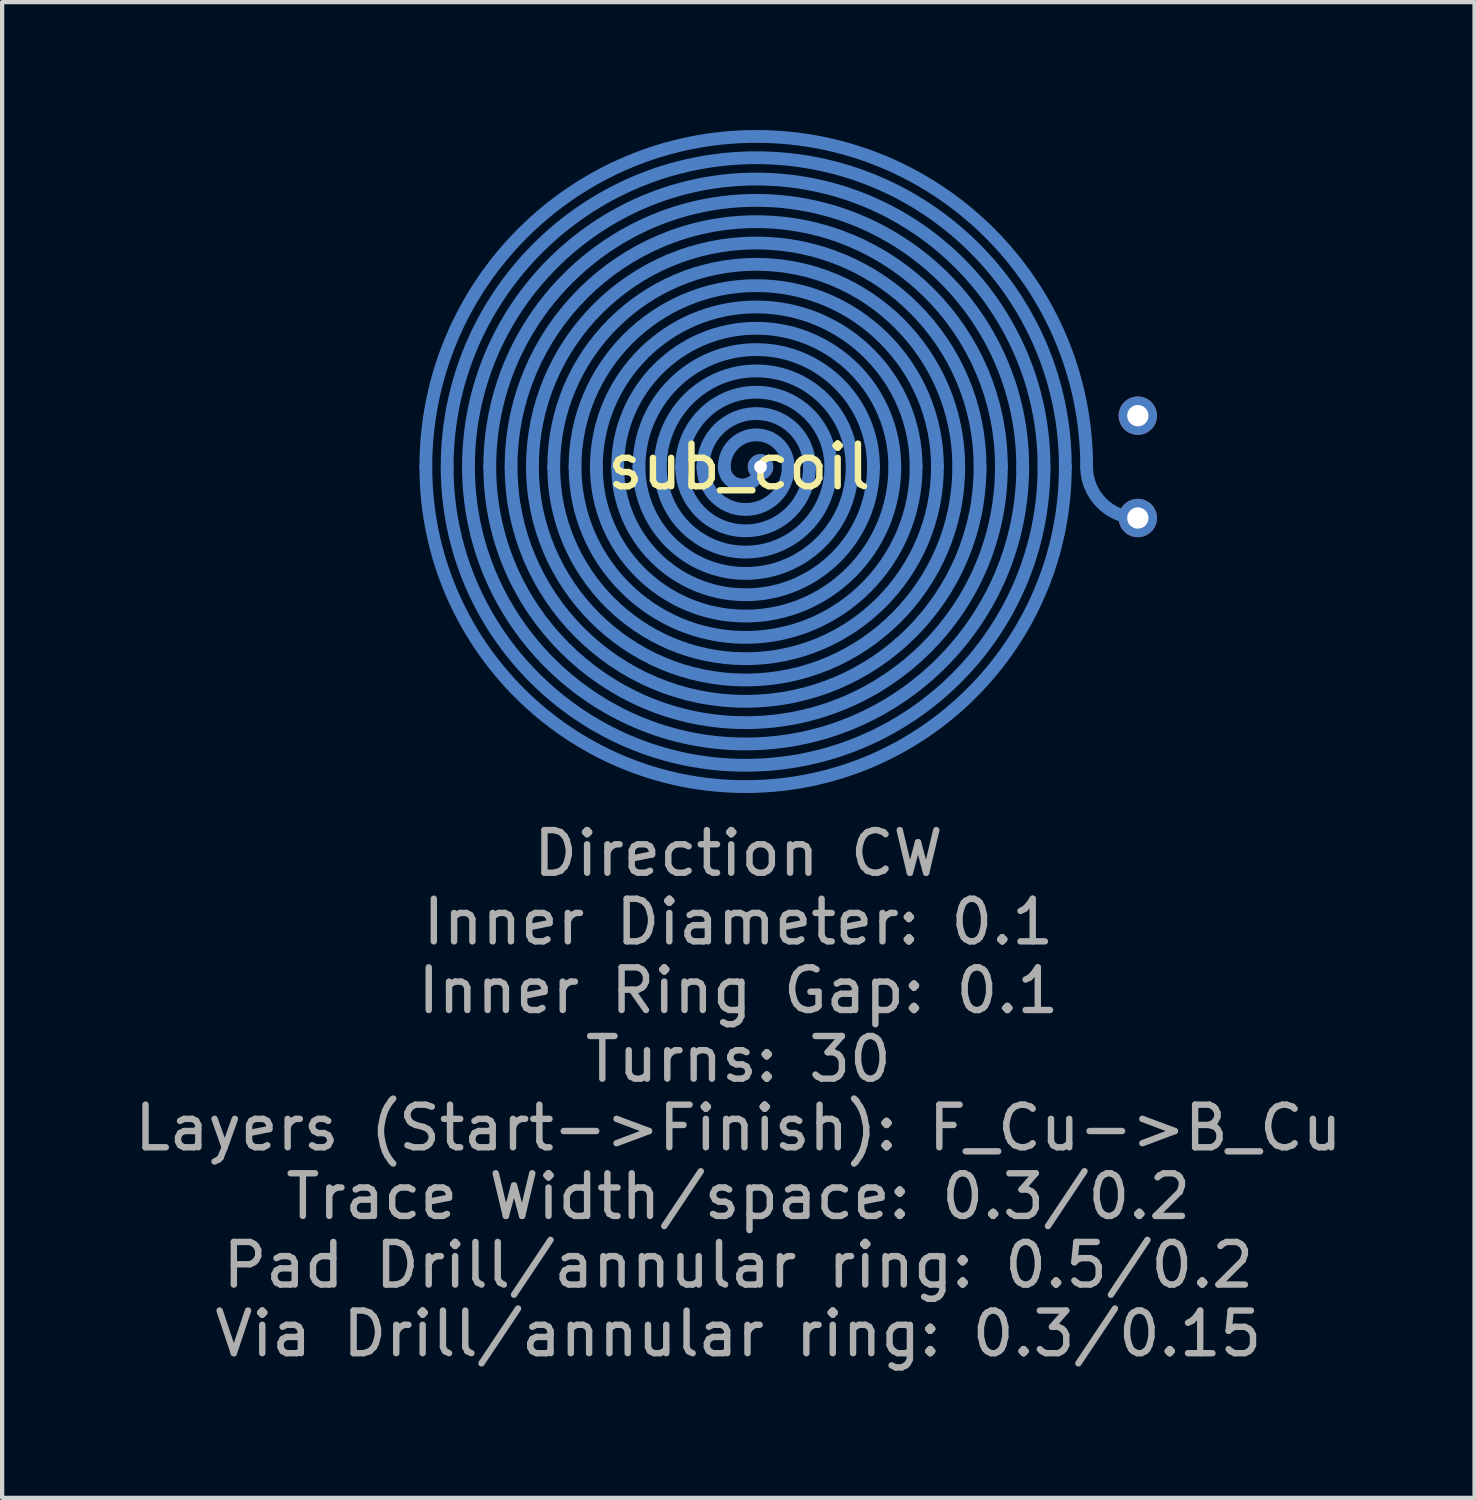
<source format=kicad_pcb>
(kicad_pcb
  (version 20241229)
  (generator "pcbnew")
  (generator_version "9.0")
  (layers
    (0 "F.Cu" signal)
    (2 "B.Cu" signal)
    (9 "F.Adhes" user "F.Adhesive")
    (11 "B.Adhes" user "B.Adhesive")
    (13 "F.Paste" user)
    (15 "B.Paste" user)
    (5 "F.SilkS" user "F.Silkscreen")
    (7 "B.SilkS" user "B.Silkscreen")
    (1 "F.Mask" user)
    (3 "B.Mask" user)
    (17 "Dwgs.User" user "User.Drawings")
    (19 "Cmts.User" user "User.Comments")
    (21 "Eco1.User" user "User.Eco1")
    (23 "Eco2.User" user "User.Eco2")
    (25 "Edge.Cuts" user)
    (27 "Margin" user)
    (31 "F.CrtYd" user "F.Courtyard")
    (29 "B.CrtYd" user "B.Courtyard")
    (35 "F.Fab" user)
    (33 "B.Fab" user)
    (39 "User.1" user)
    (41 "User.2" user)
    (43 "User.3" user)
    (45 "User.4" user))
  (footprint "sub_coil"
    (layer "F.Cu")
    (at 14.288 7.9)
    (property "Reference" "sub_coil" (at 0 0 0) (layer "F.SilkS") (effects (font (size 1 1) (thickness 0.15))))
    (fp_arc (start -7.35 0) (mid 0.4 -7.75) (end 8.15 0) (stroke (width 0.3) (type default)) (layer "B.Cu"))
    (fp_arc (start -6.85 0) (mid 0.4 -7.25) (end 7.65 0) (stroke (width 0.3) (type default)) (layer "B.Cu"))
    (fp_arc (start -6.35 0) (mid 0.4 -6.75) (end 7.15 0) (stroke (width 0.3) (type default)) (layer "B.Cu"))
    (fp_arc (start -5.85 0) (mid 0.4 -6.25) (end 6.65 0) (stroke (width 0.3) (type default)) (layer "B.Cu"))
    (fp_arc (start -5.35 0) (mid 0.4 -5.75) (end 6.15 0) (stroke (width 0.3) (type default)) (layer "B.Cu"))
    (fp_arc (start -4.85 0) (mid 0.4 -5.25) (end 5.65 0) (stroke (width 0.3) (type default)) (layer "B.Cu"))
    (fp_arc (start -4.35 0) (mid 0.4 -4.75) (end 5.15 0) (stroke (width 0.3) (type default)) (layer "B.Cu"))
    (fp_arc (start -3.85 0) (mid 0.4 -4.25) (end 4.65 0) (stroke (width 0.3) (type default)) (layer "B.Cu"))
    (fp_arc (start -3.35 0) (mid 0.4 -3.75) (end 4.15 0) (stroke (width 0.3) (type default)) (layer "B.Cu"))
    (fp_arc (start -2.85 0) (mid 0.4 -3.25) (end 3.65 0) (stroke (width 0.3) (type default)) (layer "B.Cu"))
    (fp_arc (start -2.35 0) (mid 0.4 -2.75) (end 3.15 0) (stroke (width 0.3) (type default)) (layer "B.Cu"))
    (fp_arc (start -1.85 0) (mid 0.4 -2.25) (end 2.65 0) (stroke (width 0.3) (type default)) (layer "B.Cu"))
    (fp_arc (start -1.35 0) (mid 0.4 -1.75) (end 2.15 0) (stroke (width 0.3) (type default)) (layer "B.Cu"))
    (fp_arc (start -0.85 0) (mid 0.4 -1.25) (end 1.65 0) (stroke (width 0.3) (type default)) (layer "B.Cu"))
    (fp_arc (start -0.35 0) (mid 0.4 -0.75) (end 1.15 0) (stroke (width 0.3) (type default)) (layer "B.Cu"))
    (fp_arc (start 0.5 0) (mid 0.075 0.425) (end -0.35 0) (stroke (width 0.3) (type default)) (layer "B.Cu"))
    (fp_arc (start 1.15 0) (mid 0.15 1) (end -0.85 0) (stroke (width 0.3) (type default)) (layer "B.Cu"))
    (fp_arc (start 1.65 0) (mid 0.15 1.5) (end -1.35 0) (stroke (width 0.3) (type default)) (layer "B.Cu"))
    (fp_arc (start 2.15 0) (mid 0.15 2) (end -1.85 0) (stroke (width 0.3) (type default)) (layer "B.Cu"))
    (fp_arc (start 2.65 0) (mid 0.15 2.5) (end -2.35 0) (stroke (width 0.3) (type default)) (layer "B.Cu"))
    (fp_arc (start 3.15 0) (mid 0.15 3) (end -2.85 0) (stroke (width 0.3) (type default)) (layer "B.Cu"))
    (fp_arc (start 3.65 0) (mid 0.15 3.5) (end -3.35 0) (stroke (width 0.3) (type default)) (layer "B.Cu"))
    (fp_arc (start 4.15 0) (mid 0.15 4) (end -3.85 0) (stroke (width 0.3) (type default)) (layer "B.Cu"))
    (fp_arc (start 4.65 0) (mid 0.15 4.5) (end -4.35 0) (stroke (width 0.3) (type default)) (layer "B.Cu"))
    (fp_arc (start 5.15 0) (mid 0.15 5) (end -4.85 0) (stroke (width 0.3) (type default)) (layer "B.Cu"))
    (fp_arc (start 5.65 0) (mid 0.15 5.5) (end -5.35 0) (stroke (width 0.3) (type default)) (layer "B.Cu"))
    (fp_arc (start 6.15 0) (mid 0.15 6) (end -5.85 0) (stroke (width 0.3) (type default)) (layer "B.Cu"))
    (fp_arc (start 6.65 0) (mid 0.15 6.5) (end -6.35 0) (stroke (width 0.3) (type default)) (layer "B.Cu"))
    (fp_arc (start 7.15 0) (mid 0.15 7) (end -6.85 0) (stroke (width 0.3) (type default)) (layer "B.Cu"))
    (fp_arc (start 7.65 0) (mid 0.15 7.5) (end -7.35 0) (stroke (width 0.3) (type default)) (layer "B.Cu"))
    (fp_arc (start 9.35 1.2) (mid 8.501472 0.848528) (end 8.15 0) (stroke (width 0.3) (type default)) (layer "B.Cu"))
    (fp_arc (start -7.35 0) (mid 0.15 -7.5) (end 7.65 0) (stroke (width 0.3) (type default)) (layer "In1.Cu"))
    (fp_arc (start -6.85 0) (mid 0.15 -7) (end 7.15 0) (stroke (width 0.3) (type default)) (layer "In1.Cu"))
    (fp_arc (start -6.35 0) (mid 0.15 -6.5) (end 6.65 0) (stroke (width 0.3) (type default)) (layer "In1.Cu"))
    (fp_arc (start -5.85 0) (mid 0.15 -6) (end 6.15 0) (stroke (width 0.3) (type default)) (layer "In1.Cu"))
    (fp_arc (start -5.35 0) (mid 0.15 -5.5) (end 5.65 0) (stroke (width 0.3) (type default)) (layer "In1.Cu"))
    (fp_arc (start -4.85 0) (mid 0.15 -5) (end 5.15 0) (stroke (width 0.3) (type default)) (layer "In1.Cu"))
    (fp_arc (start -4.35 0) (mid 0.15 -4.5) (end 4.65 0) (stroke (width 0.3) (type default)) (layer "In1.Cu"))
    (fp_arc (start -3.85 0) (mid 0.15 -4) (end 4.15 0) (stroke (width 0.3) (type default)) (layer "In1.Cu"))
    (fp_arc (start -3.35 0) (mid 0.15 -3.5) (end 3.65 0) (stroke (width 0.3) (type default)) (layer "In1.Cu"))
    (fp_arc (start -2.85 0) (mid 0.15 -3) (end 3.15 0) (stroke (width 0.3) (type default)) (layer "In1.Cu"))
    (fp_arc (start -2.35 0) (mid 0.15 -2.5) (end 2.65 0) (stroke (width 0.3) (type default)) (layer "In1.Cu"))
    (fp_arc (start -1.85 0) (mid 0.15 -2) (end 2.15 0) (stroke (width 0.3) (type default)) (layer "In1.Cu"))
    (fp_arc (start -1.35 0) (mid 0.15 -1.5) (end 1.65 0) (stroke (width 0.3) (type default)) (layer "In1.Cu"))
    (fp_arc (start -0.85 0) (mid 0.15 -1) (end 1.15 0) (stroke (width 0.3) (type default)) (layer "In1.Cu"))
    (fp_arc (start -0.35 0) (mid 0.075 -0.425) (end 0.5 0) (stroke (width 0.3) (type default)) (layer "In1.Cu"))
    (fp_arc (start 1.15 0) (mid 0.4 0.75) (end -0.35 0) (stroke (width 0.3) (type default)) (layer "In1.Cu"))
    (fp_arc (start 1.65 0) (mid 0.4 1.25) (end -0.85 0) (stroke (width 0.3) (type default)) (layer "In1.Cu"))
    (fp_arc (start 2.15 0) (mid 0.4 1.75) (end -1.35 0) (stroke (width 0.3) (type default)) (layer "In1.Cu"))
    (fp_arc (start 2.65 0) (mid 0.4 2.25) (end -1.85 0) (stroke (width 0.3) (type default)) (layer "In1.Cu"))
    (fp_arc (start 3.15 0) (mid 0.4 2.75) (end -2.35 0) (stroke (width 0.3) (type default)) (layer "In1.Cu"))
    (fp_arc (start 3.65 0) (mid 0.4 3.25) (end -2.85 0) (stroke (width 0.3) (type default)) (layer "In1.Cu"))
    (fp_arc (start 4.15 0) (mid 0.4 3.75) (end -3.35 0) (stroke (width 0.3) (type default)) (layer "In1.Cu"))
    (fp_arc (start 4.65 0) (mid 0.4 4.25) (end -3.85 0) (stroke (width 0.3) (type default)) (layer "In1.Cu"))
    (fp_arc (start 5.15 0) (mid 0.4 4.75) (end -4.35 0) (stroke (width 0.3) (type default)) (layer "In1.Cu"))
    (fp_arc (start 5.65 0) (mid 0.4 5.25) (end -4.85 0) (stroke (width 0.3) (type default)) (layer "In1.Cu"))
    (fp_arc (start 6.15 0) (mid 0.4 5.75) (end -5.35 0) (stroke (width 0.3) (type default)) (layer "In1.Cu"))
    (fp_arc (start 6.65 0) (mid 0.4 6.25) (end -5.85 0) (stroke (width 0.3) (type default)) (layer "In1.Cu"))
    (fp_arc (start 7.15 0) (mid 0.4 6.75) (end -6.35 0) (stroke (width 0.3) (type default)) (layer "In1.Cu"))
    (fp_arc (start 7.65 0) (mid 0.4 7.25) (end -6.85 0) (stroke (width 0.3) (type default)) (layer "In1.Cu"))
    (fp_arc (start 8.15 0) (mid 0.4 7.75) (end -7.35 0) (stroke (width 0.3) (type default)) (layer "In1.Cu"))
    (fp_arc (start 8.15 0) (mid 8.501472 -0.848528) (end 9.35 -1.2) (stroke (width 0.3) (type default)) (layer "In1.Cu"))
    (fp_circle (center 0 0) (end 0 0.1) (stroke (width 0.15) (type default)) (fill no) (layer "User.1"))
    (fp_text user "Direction CW\nInner Diameter: 0.1\nInner Ring Gap: 0.1\nTurns: 30\nLayers (Start->Finish): F_Cu->B_Cu\nTrace Width/space: 0.3/0.2\nPad Drill/annular ring: 0.5/0.2\nVia Drill/annular ring: 0.3/0.15" (at -0.02 14.7 0) (layer "F.Fab") (effects (font (size 1 1) (thickness 0.15))))
    (pad "1" thru_hole circle (at 9.35 -1.2) (size 0.9 0.9) (drill 0.5) (layers "*.Cu"))
    (pad "2" thru_hole circle (at 9.35 1.2) (size 0.9 0.9) (drill 0.5) (layers "*.Cu"))
    (pad "3" thru_hole circle (at 0.5 0) (size 0.6 0.6) (drill 0.3) (layers "*.Cu")))
  (gr_rect
    (start -3 -3)
    (end 31.536 32.083)
    (stroke (width 0.1) (type default))
    (fill no)
    (layer "Edge.Cuts")))
</source>
